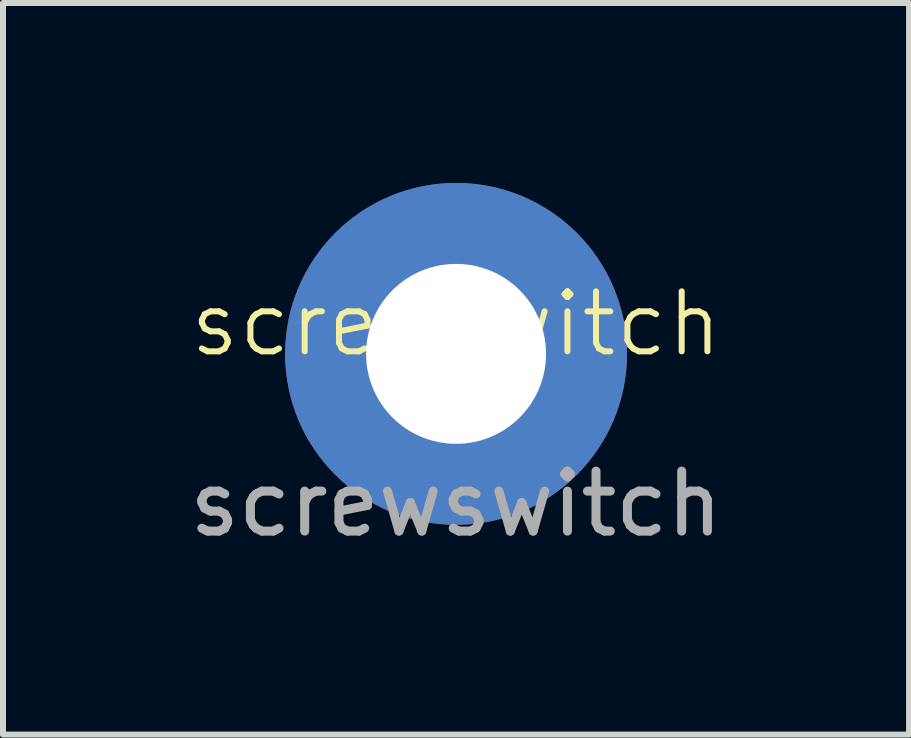
<source format=kicad_pcb>
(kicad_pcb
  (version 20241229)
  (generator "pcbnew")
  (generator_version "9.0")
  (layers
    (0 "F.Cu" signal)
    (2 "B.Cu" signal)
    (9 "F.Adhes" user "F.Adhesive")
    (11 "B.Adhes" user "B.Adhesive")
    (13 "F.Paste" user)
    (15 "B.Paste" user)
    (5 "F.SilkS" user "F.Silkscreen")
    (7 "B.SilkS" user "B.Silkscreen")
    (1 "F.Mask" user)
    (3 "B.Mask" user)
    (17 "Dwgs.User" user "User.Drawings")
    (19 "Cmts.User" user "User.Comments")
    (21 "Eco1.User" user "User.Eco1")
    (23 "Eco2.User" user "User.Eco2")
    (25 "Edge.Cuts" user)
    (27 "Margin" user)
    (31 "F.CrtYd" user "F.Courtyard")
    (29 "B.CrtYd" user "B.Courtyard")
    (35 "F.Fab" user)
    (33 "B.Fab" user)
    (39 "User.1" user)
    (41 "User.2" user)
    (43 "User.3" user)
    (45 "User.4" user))
  (footprint "screwswitch"
    (layer "F.Cu")
    (at 4.554 2.85)
    (property "Reference" "screwswitch" (at 0 -0.5 0) (unlocked yes) (layer "F.SilkS") (effects (font (size 1 1) (thickness 0.1))))
    (attr through_hole)
    (fp_text user "${REFERENCE}" (at 0 2.5 0) (unlocked yes) (layer "F.Fab") (effects (font (size 1 1) (thickness 0.15))))
    (pad "0" thru_hole circle (at 0 0) (size 5.7 5.7) (drill 3) (layers "*.Cu" "*.Mask")))
  (gr_rect
    (start -3 -3)
    (end 12.107 9.198)
    (stroke (width 0.1) (type default))
    (fill no)
    (layer "Edge.Cuts")))
</source>
